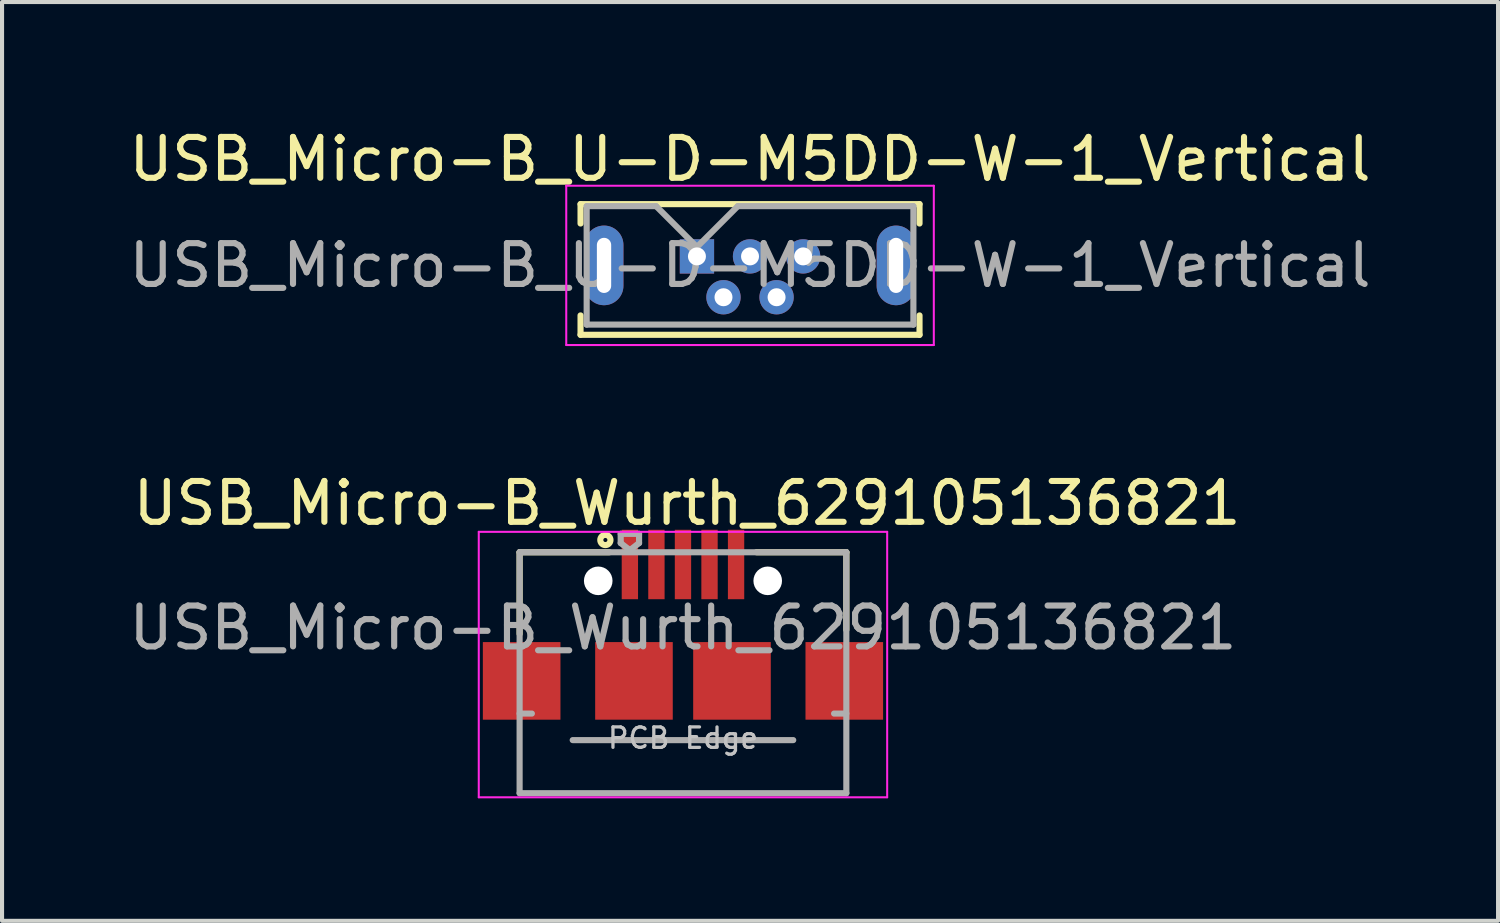
<source format=kicad_pcb>
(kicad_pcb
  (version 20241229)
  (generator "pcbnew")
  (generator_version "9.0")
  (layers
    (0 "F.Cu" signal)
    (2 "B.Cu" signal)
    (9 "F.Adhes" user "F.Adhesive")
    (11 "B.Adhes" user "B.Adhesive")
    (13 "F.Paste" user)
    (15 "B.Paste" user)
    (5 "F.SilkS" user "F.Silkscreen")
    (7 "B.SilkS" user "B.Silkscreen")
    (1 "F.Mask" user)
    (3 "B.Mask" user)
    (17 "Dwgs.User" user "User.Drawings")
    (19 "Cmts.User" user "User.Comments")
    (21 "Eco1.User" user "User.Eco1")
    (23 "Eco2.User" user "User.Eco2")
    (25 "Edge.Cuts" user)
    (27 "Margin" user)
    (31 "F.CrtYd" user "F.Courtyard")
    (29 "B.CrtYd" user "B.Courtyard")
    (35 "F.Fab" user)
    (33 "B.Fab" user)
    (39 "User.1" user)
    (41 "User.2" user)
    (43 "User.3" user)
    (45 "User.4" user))
  (footprint "USB_Micro-B_Wurth_629105136821"
    (layer "F.Cu")
    (at 13.673 15.072)
    (property "Reference" "USB_Micro-B_Wurth_629105136821" (at 0.1 -5.8 0) (layer "F.SilkS") (effects (font (size 1 1) (thickness 0.15))))
    (attr smd)
    (fp_line (start -4 -4.6) (end -4 -2.6) (stroke (width 0.15) (type solid)) (layer "F.SilkS"))
    (fp_line (start -1.8 -4.6) (end -4 -4.6) (stroke (width 0.15) (type solid)) (layer "F.SilkS"))
    (fp_line (start 1.8 -4.6) (end 4 -4.6) (stroke (width 0.15) (type solid)) (layer "F.SilkS"))
    (fp_line (start 4 -2.7) (end 4 -4.6) (stroke (width 0.15) (type solid)) (layer "F.SilkS"))
    (fp_circle (center -1.9 -4.9) (end -1.85 -4.9) (stroke (width 0.15) (type solid)) (fill no) (layer "F.SilkS"))
    (fp_line (start -5 -5.1) (end -5 1.4) (stroke (width 0.05) (type solid)) (layer "F.CrtYd"))
    (fp_line (start -5 1.4) (end 5 1.4) (stroke (width 0.05) (type solid)) (layer "F.CrtYd"))
    (fp_line (start 5 -5.1) (end -5 -5.1) (stroke (width 0.05) (type solid)) (layer "F.CrtYd"))
    (fp_line (start 5 1.4) (end 5 -5.1) (stroke (width 0.05) (type solid)) (layer "F.CrtYd"))
    (fp_line (start -4 -4.6) (end -4 1.3) (stroke (width 0.15) (type solid)) (layer "F.Fab"))
    (fp_line (start -4 -0.65) (end -3.7 -0.65) (stroke (width 0.15) (type solid)) (layer "F.Fab"))
    (fp_line (start -4 1.3) (end 4 1.3) (stroke (width 0.15) (type solid)) (layer "F.Fab"))
    (fp_line (start -2.7 0) (end 2.7 0) (stroke (width 0.15) (type solid)) (layer "F.Fab"))
    (fp_line (start -1.525 -5.05) (end -1.075 -5.05) (stroke (width 0.15) (type solid)) (layer "F.Fab"))
    (fp_line (start -1.525 -4.825) (end -1.525 -5.05) (stroke (width 0.15) (type solid)) (layer "F.Fab"))
    (fp_line (start -1.3 -4.65) (end -1.525 -4.825) (stroke (width 0.15) (type solid)) (layer "F.Fab"))
    (fp_line (start -1.075 -5.05) (end -1.075 -4.825) (stroke (width 0.15) (type solid)) (layer "F.Fab"))
    (fp_line (start -1.075 -4.825) (end -1.3 -4.65) (stroke (width 0.15) (type solid)) (layer "F.Fab"))
    (fp_line (start 3.7 -0.65) (end 4 -0.65) (stroke (width 0.15) (type solid)) (layer "F.Fab"))
    (fp_line (start 4 -4.6) (end -4 -4.6) (stroke (width 0.15) (type solid)) (layer "F.Fab"))
    (fp_line (start 4 1.3) (end 4 -4.6) (stroke (width 0.15) (type solid)) (layer "F.Fab"))
    (fp_text user "PCB Edge" (at 0 -0.05 0) (layer "Dwgs.User") (effects (font (size 0.5 0.5) (thickness 0.08))))
    (fp_text user "${REFERENCE}" (at 0 -2.75 0) (layer "F.Fab") (effects (font (size 1 1) (thickness 0.15))))
    (pad "" np_thru_hole oval (at -2.075 -3.9) (size 0.7 0.7) (drill 0.7) (layers "*.Cu" "*.Mask"))
    (pad "" np_thru_hole oval (at 2.075 -3.9) (size 0.7 0.7) (drill 0.7) (layers "*.Cu" "*.Mask"))
    (pad "1" smd rect (at -1.3 -4.3) (size 0.4 1.7) (layers "F.Cu" "F.Mask" "F.Paste"))
    (pad "2" smd rect (at -0.65 -4.3) (size 0.4 1.7) (layers "F.Cu" "F.Mask" "F.Paste"))
    (pad "3" smd rect (at 0 -4.3) (size 0.4 1.7) (layers "F.Cu" "F.Mask" "F.Paste"))
    (pad "4" smd rect (at 0.65 -4.3) (size 0.4 1.7) (layers "F.Cu" "F.Mask" "F.Paste"))
    (pad "5" smd rect (at 1.3 -4.3) (size 0.4 1.7) (layers "F.Cu" "F.Mask" "F.Paste"))
    (pad "6" smd rect (at -3.95 -1.45) (size 1.9 1.9) (layers "F.Cu" "F.Mask" "F.Paste"))
    (pad "6" smd rect (at -1.2 -1.45) (size 1.9 1.9) (layers "F.Cu" "F.Mask" "F.Paste"))
    (pad "6" smd rect (at 1.2 -1.45) (size 1.9 1.9) (layers "F.Cu" "F.Mask" "F.Paste"))
    (pad "6" smd rect (at 3.95 -1.45) (size 1.9 1.9) (layers "F.Cu" "F.Mask" "F.Paste")))
  (footprint "USB_Micro-B_U-D-M5DD-W-1_Vertical"
    (layer "F.Cu")
    (at 15.315 3.528)
    (property "Reference" "USB_Micro-B_U-D-M5DD-W-1_Vertical" (at 0 -2.68 0) (layer "F.SilkS") (effects (font (size 1 1) (thickness 0.15))))
    (attr through_hole)
    (fp_line (start -4.15 -1.58) (end 4.15 -1.58) (stroke (width 0.15) (type solid)) (layer "F.SilkS"))
    (fp_line (start -4.15 -1.105) (end -4.15 -1.58) (stroke (width 0.15) (type solid)) (layer "F.SilkS"))
    (fp_line (start -4.15 1.145) (end -4.15 1.62) (stroke (width 0.15) (type solid)) (layer "F.SilkS"))
    (fp_line (start -4.15 1.62) (end 4.15 1.62) (stroke (width 0.15) (type solid)) (layer "F.SilkS"))
    (fp_line (start 4.15 -1.58) (end 4.15 -1.105) (stroke (width 0.15) (type solid)) (layer "F.SilkS"))
    (fp_line (start 4.15 1.62) (end 4.15 1.145) (stroke (width 0.15) (type solid)) (layer "F.SilkS"))
    (fp_line (start -4.5 -2.03) (end -4.5 1.87) (stroke (width 0.05) (type solid)) (layer "F.CrtYd"))
    (fp_line (start -4.5 1.87) (end 4.5 1.87) (stroke (width 0.05) (type solid)) (layer "F.CrtYd"))
    (fp_line (start 4.5 -2.03) (end -4.5 -2.03) (stroke (width 0.05) (type solid)) (layer "F.CrtYd"))
    (fp_line (start 4.5 1.87) (end 4.5 -2.03) (stroke (width 0.05) (type solid)) (layer "F.CrtYd"))
    (fp_line (start -4 -1.53) (end -2.3 -1.53) (stroke (width 0.15) (type solid)) (layer "F.Fab"))
    (fp_line (start -4 1.37) (end -4 -1.53) (stroke (width 0.15) (type solid)) (layer "F.Fab"))
    (fp_line (start -2.3 -1.53) (end -1.3 -0.53) (stroke (width 0.15) (type solid)) (layer "F.Fab"))
    (fp_line (start -1.3 -0.53) (end -0.3 -1.53) (stroke (width 0.15) (type solid)) (layer "F.Fab"))
    (fp_line (start -0.3 -1.53) (end 4 -1.53) (stroke (width 0.15) (type solid)) (layer "F.Fab"))
    (fp_line (start 4 -1.53) (end 4 1.37) (stroke (width 0.15) (type solid)) (layer "F.Fab"))
    (fp_line (start 4 1.37) (end -4 1.37) (stroke (width 0.15) (type solid)) (layer "F.Fab"))
    (fp_text user "${REFERENCE}" (at 0 -0.08 0) (layer "F.Fab") (effects (font (size 1 1) (thickness 0.15))))
    (pad "1" thru_hole rect (at -1.3 -0.3) (size 0.84 0.84) (drill 0.44) (layers "*.Cu" "*.Mask"))
    (pad "2" thru_hole circle (at -0.65 0.7) (size 0.84 0.84) (drill 0.44) (layers "*.Cu" "*.Mask"))
    (pad "3" thru_hole circle (at 0 -0.3) (size 0.84 0.84) (drill 0.44) (layers "*.Cu" "*.Mask"))
    (pad "4" thru_hole circle (at 0.65 0.7) (size 0.84 0.84) (drill 0.44) (layers "*.Cu" "*.Mask"))
    (pad "5" thru_hole circle (at 1.3 -0.3) (size 0.84 0.84) (drill 0.44) (layers "*.Cu" "*.Mask"))
    (pad "6" thru_hole oval (at -3.575 -0.08) (size 0.95 1.95) (drill oval 0.35 1.35) (layers "*.Cu" "*.Mask"))
    (pad "6" thru_hole oval (at 3.575 -0.08) (size 0.95 1.95) (drill oval 0.35 1.35) (layers "*.Cu" "*.Mask")))
  (gr_rect
    (start -3 -3)
    (end 33.631 19.497)
    (stroke (width 0.1) (type default))
    (fill no)
    (layer "Edge.Cuts")))
</source>
